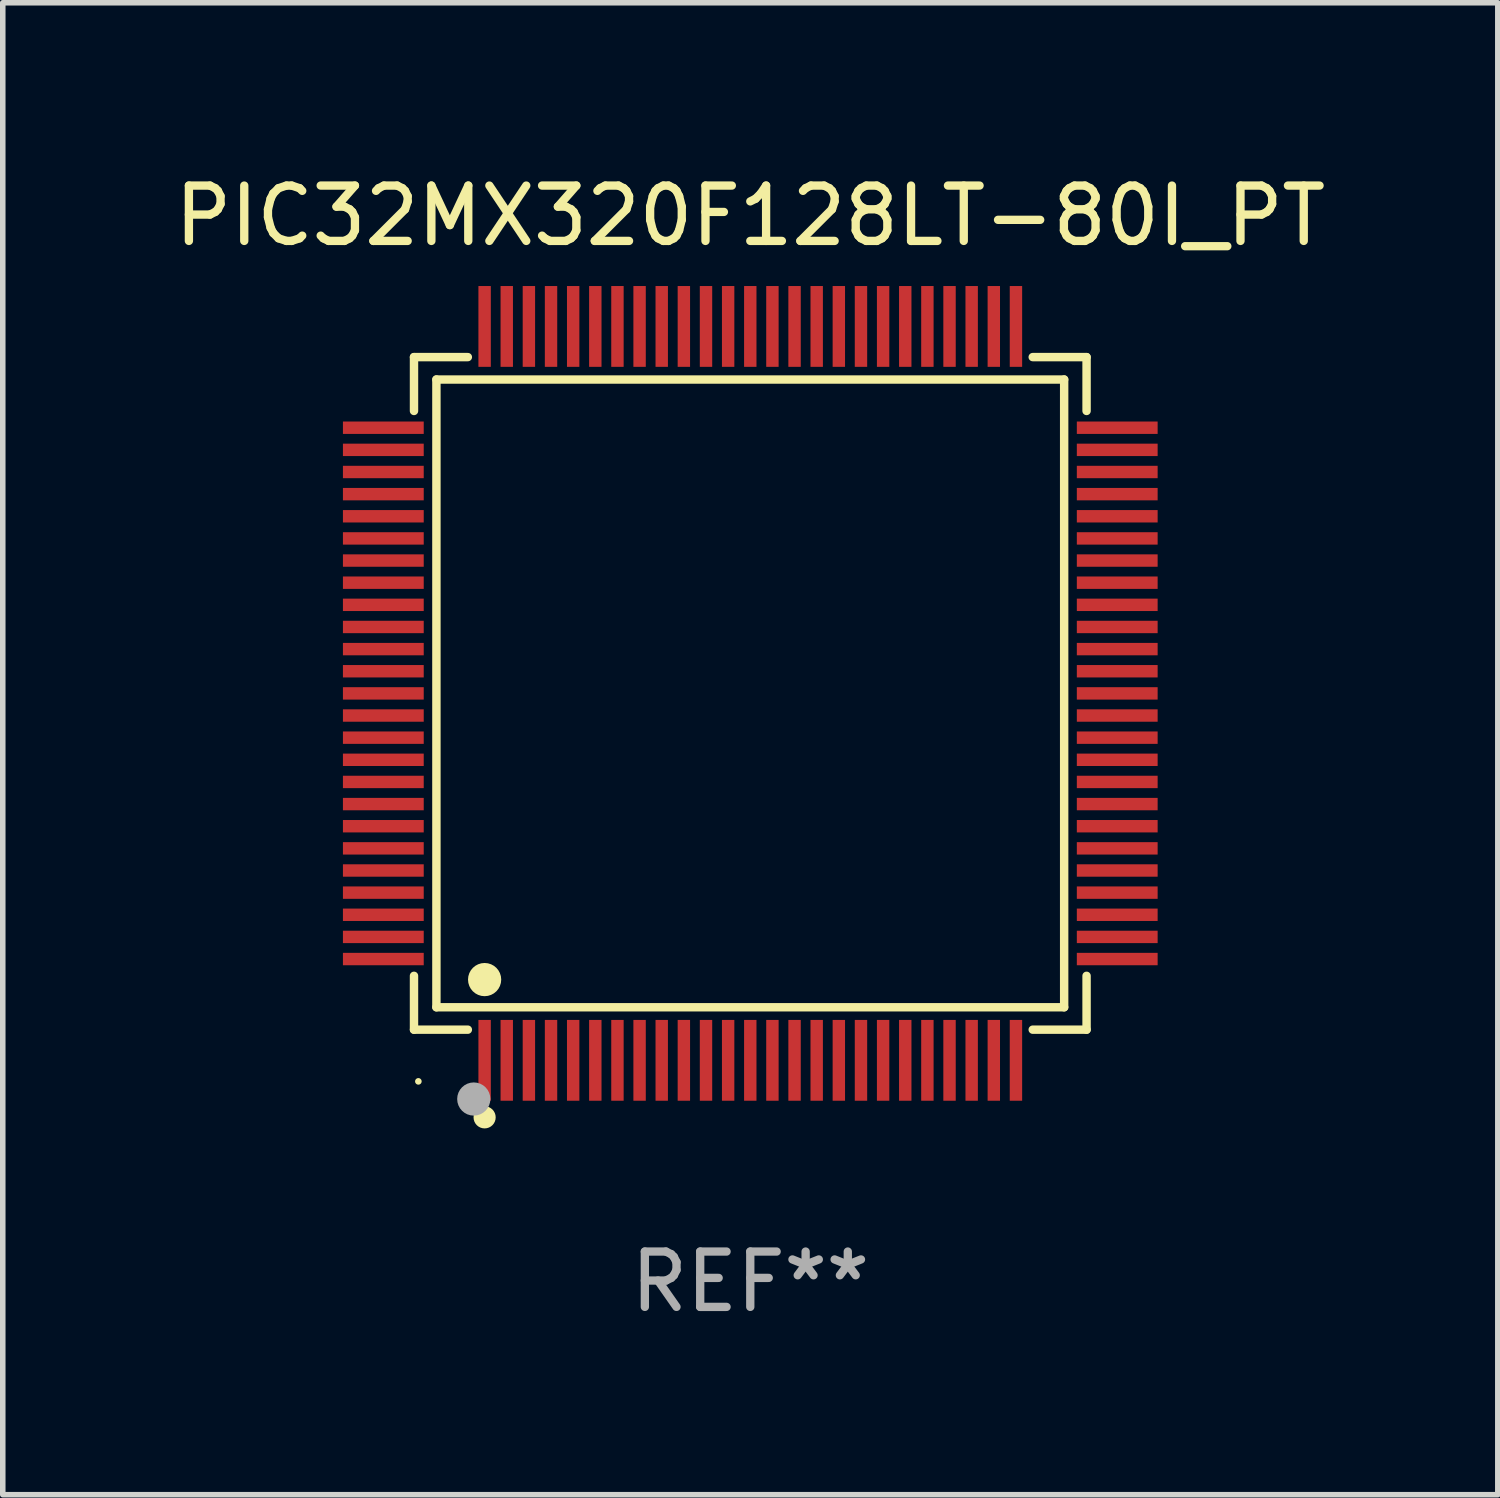
<source format=kicad_pcb>
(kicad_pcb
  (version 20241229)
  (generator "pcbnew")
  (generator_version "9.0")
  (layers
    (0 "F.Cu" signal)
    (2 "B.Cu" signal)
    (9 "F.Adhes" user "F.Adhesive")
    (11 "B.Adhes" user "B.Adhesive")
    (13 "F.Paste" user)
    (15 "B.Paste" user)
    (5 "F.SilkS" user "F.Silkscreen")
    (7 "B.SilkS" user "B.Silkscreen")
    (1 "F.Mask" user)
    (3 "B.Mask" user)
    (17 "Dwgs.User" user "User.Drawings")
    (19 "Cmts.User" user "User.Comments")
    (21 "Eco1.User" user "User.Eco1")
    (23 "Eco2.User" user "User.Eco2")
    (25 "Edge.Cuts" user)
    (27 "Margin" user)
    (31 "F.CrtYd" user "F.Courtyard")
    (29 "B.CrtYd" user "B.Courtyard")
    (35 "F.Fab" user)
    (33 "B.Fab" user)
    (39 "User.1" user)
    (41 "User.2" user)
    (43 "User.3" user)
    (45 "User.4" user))
  (footprint "PIC32MX320F128LT-80I_PT"
    (layer "F.Cu")
    (at 10.506 9.478)
    (property "Reference" "PIC32MX320F128LT-80I_PT" (at 0 -8.63 0) (layer "F.SilkS") (effects (font (size 1 1) (thickness 0.15))))
    (attr through_hole)
    (fp_line (start -6.076 -6.076) (end -5.103 -6.076) (stroke (width 0.152) (type solid)) (layer "F.SilkS"))
    (fp_line (start -6.076 -5.103) (end -6.076 -6.076) (stroke (width 0.152) (type solid)) (layer "F.SilkS"))
    (fp_line (start -6.076 5.103) (end -6.076 6.076) (stroke (width 0.152) (type solid)) (layer "F.SilkS"))
    (fp_line (start -6.076 6.076) (end -5.103 6.076) (stroke (width 0.152) (type solid)) (layer "F.SilkS"))
    (fp_line (start -5.671 -5.671) (end 5.671 -5.671) (stroke (width 0.152) (type solid)) (layer "F.SilkS"))
    (fp_line (start -5.671 5.671) (end -5.671 -5.671) (stroke (width 0.152) (type solid)) (layer "F.SilkS"))
    (fp_line (start 5.671 -5.671) (end 5.671 5.671) (stroke (width 0.152) (type solid)) (layer "F.SilkS"))
    (fp_line (start 5.671 5.671) (end -5.671 5.671) (stroke (width 0.152) (type solid)) (layer "F.SilkS"))
    (fp_line (start 6.076 -6.076) (end 5.103 -6.076) (stroke (width 0.152) (type solid)) (layer "F.SilkS"))
    (fp_line (start 6.076 -5.103) (end 6.076 -6.076) (stroke (width 0.152) (type solid)) (layer "F.SilkS"))
    (fp_line (start 6.076 5.103) (end 6.076 6.076) (stroke (width 0.152) (type solid)) (layer "F.SilkS"))
    (fp_line (start 6.076 6.076) (end 5.103 6.076) (stroke (width 0.152) (type solid)) (layer "F.SilkS"))
    (fp_circle (center -5.997 7.01) (end -5.967 7.01) (stroke (width 0.06) (type solid)) (fill no) (layer "F.SilkS"))
    (fp_circle (center -4.8 5.171) (end -4.65 5.171) (stroke (width 0.3) (type solid)) (fill no) (layer "F.SilkS"))
    (fp_circle (center -4.8 7.66) (end -4.7 7.66) (stroke (width 0.2) (type solid)) (fill no) (layer "F.SilkS"))
    (fp_circle (center -4.996 7.329) (end -4.846 7.329) (stroke (width 0.3) (type solid)) (fill no) (layer "F.Fab"))
    (fp_text user "REF**" (at 0 10.63 0) (layer "F.Fab") (effects (font (size 1 1) (thickness 0.15))))
    (pad "1" smd rect (at -4.8 6.63) (size 0.224 1.46) (layers "F.Cu" "F.Mask" "F.Paste"))
    (pad "2" smd rect (at -4.4 6.63) (size 0.224 1.46) (layers "F.Cu" "F.Mask" "F.Paste"))
    (pad "3" smd rect (at -4 6.63) (size 0.224 1.46) (layers "F.Cu" "F.Mask" "F.Paste"))
    (pad "4" smd rect (at -3.6 6.63) (size 0.224 1.46) (layers "F.Cu" "F.Mask" "F.Paste"))
    (pad "5" smd rect (at -3.2 6.63) (size 0.224 1.46) (layers "F.Cu" "F.Mask" "F.Paste"))
    (pad "6" smd rect (at -2.8 6.63) (size 0.224 1.46) (layers "F.Cu" "F.Mask" "F.Paste"))
    (pad "7" smd rect (at -2.4 6.63) (size 0.224 1.46) (layers "F.Cu" "F.Mask" "F.Paste"))
    (pad "8" smd rect (at -2 6.63) (size 0.224 1.46) (layers "F.Cu" "F.Mask" "F.Paste"))
    (pad "9" smd rect (at -1.6 6.63) (size 0.224 1.46) (layers "F.Cu" "F.Mask" "F.Paste"))
    (pad "10" smd rect (at -1.2 6.63) (size 0.224 1.46) (layers "F.Cu" "F.Mask" "F.Paste"))
    (pad "11" smd rect (at -0.8 6.63) (size 0.224 1.46) (layers "F.Cu" "F.Mask" "F.Paste"))
    (pad "12" smd rect (at -0.4 6.63) (size 0.224 1.46) (layers "F.Cu" "F.Mask" "F.Paste"))
    (pad "13" smd rect (at 0 6.63) (size 0.224 1.46) (layers "F.Cu" "F.Mask" "F.Paste"))
    (pad "14" smd rect (at 0.4 6.63) (size 0.224 1.46) (layers "F.Cu" "F.Mask" "F.Paste"))
    (pad "15" smd rect (at 0.8 6.63) (size 0.224 1.46) (layers "F.Cu" "F.Mask" "F.Paste"))
    (pad "16" smd rect (at 1.2 6.63) (size 0.224 1.46) (layers "F.Cu" "F.Mask" "F.Paste"))
    (pad "17" smd rect (at 1.6 6.63) (size 0.224 1.46) (layers "F.Cu" "F.Mask" "F.Paste"))
    (pad "18" smd rect (at 2 6.63) (size 0.224 1.46) (layers "F.Cu" "F.Mask" "F.Paste"))
    (pad "19" smd rect (at 2.4 6.63) (size 0.224 1.46) (layers "F.Cu" "F.Mask" "F.Paste"))
    (pad "20" smd rect (at 2.8 6.63) (size 0.224 1.46) (layers "F.Cu" "F.Mask" "F.Paste"))
    (pad "21" smd rect (at 3.2 6.63) (size 0.224 1.46) (layers "F.Cu" "F.Mask" "F.Paste"))
    (pad "22" smd rect (at 3.6 6.63) (size 0.224 1.46) (layers "F.Cu" "F.Mask" "F.Paste"))
    (pad "23" smd rect (at 4 6.63) (size 0.224 1.46) (layers "F.Cu" "F.Mask" "F.Paste"))
    (pad "24" smd rect (at 4.4 6.63) (size 0.224 1.46) (layers "F.Cu" "F.Mask" "F.Paste"))
    (pad "25" smd rect (at 4.8 6.63) (size 0.224 1.46) (layers "F.Cu" "F.Mask" "F.Paste"))
    (pad "26" smd rect (at 6.63 4.8) (size 1.46 0.224) (layers "F.Cu" "F.Mask" "F.Paste"))
    (pad "27" smd rect (at 6.63 4.4) (size 1.46 0.224) (layers "F.Cu" "F.Mask" "F.Paste"))
    (pad "28" smd rect (at 6.63 4) (size 1.46 0.224) (layers "F.Cu" "F.Mask" "F.Paste"))
    (pad "29" smd rect (at 6.63 3.6) (size 1.46 0.224) (layers "F.Cu" "F.Mask" "F.Paste"))
    (pad "30" smd rect (at 6.63 3.2) (size 1.46 0.224) (layers "F.Cu" "F.Mask" "F.Paste"))
    (pad "31" smd rect (at 6.63 2.8) (size 1.46 0.224) (layers "F.Cu" "F.Mask" "F.Paste"))
    (pad "32" smd rect (at 6.63 2.4) (size 1.46 0.224) (layers "F.Cu" "F.Mask" "F.Paste"))
    (pad "33" smd rect (at 6.63 2) (size 1.46 0.224) (layers "F.Cu" "F.Mask" "F.Paste"))
    (pad "34" smd rect (at 6.63 1.6) (size 1.46 0.224) (layers "F.Cu" "F.Mask" "F.Paste"))
    (pad "35" smd rect (at 6.63 1.2) (size 1.46 0.224) (layers "F.Cu" "F.Mask" "F.Paste"))
    (pad "36" smd rect (at 6.63 0.8) (size 1.46 0.224) (layers "F.Cu" "F.Mask" "F.Paste"))
    (pad "37" smd rect (at 6.63 0.4) (size 1.46 0.224) (layers "F.Cu" "F.Mask" "F.Paste"))
    (pad "38" smd rect (at 6.63 0) (size 1.46 0.224) (layers "F.Cu" "F.Mask" "F.Paste"))
    (pad "39" smd rect (at 6.63 -0.4) (size 1.46 0.224) (layers "F.Cu" "F.Mask" "F.Paste"))
    (pad "40" smd rect (at 6.63 -0.8) (size 1.46 0.224) (layers "F.Cu" "F.Mask" "F.Paste"))
    (pad "41" smd rect (at 6.63 -1.2) (size 1.46 0.224) (layers "F.Cu" "F.Mask" "F.Paste"))
    (pad "42" smd rect (at 6.63 -1.6) (size 1.46 0.224) (layers "F.Cu" "F.Mask" "F.Paste"))
    (pad "43" smd rect (at 6.63 -2) (size 1.46 0.224) (layers "F.Cu" "F.Mask" "F.Paste"))
    (pad "44" smd rect (at 6.63 -2.4) (size 1.46 0.224) (layers "F.Cu" "F.Mask" "F.Paste"))
    (pad "45" smd rect (at 6.63 -2.8) (size 1.46 0.224) (layers "F.Cu" "F.Mask" "F.Paste"))
    (pad "46" smd rect (at 6.63 -3.2) (size 1.46 0.224) (layers "F.Cu" "F.Mask" "F.Paste"))
    (pad "47" smd rect (at 6.63 -3.6) (size 1.46 0.224) (layers "F.Cu" "F.Mask" "F.Paste"))
    (pad "48" smd rect (at 6.63 -4) (size 1.46 0.224) (layers "F.Cu" "F.Mask" "F.Paste"))
    (pad "49" smd rect (at 6.63 -4.4) (size 1.46 0.224) (layers "F.Cu" "F.Mask" "F.Paste"))
    (pad "50" smd rect (at 6.63 -4.8) (size 1.46 0.224) (layers "F.Cu" "F.Mask" "F.Paste"))
    (pad "51" smd rect (at 4.8 -6.63) (size 0.224 1.46) (layers "F.Cu" "F.Mask" "F.Paste"))
    (pad "52" smd rect (at 4.4 -6.63) (size 0.224 1.46) (layers "F.Cu" "F.Mask" "F.Paste"))
    (pad "53" smd rect (at 4 -6.63) (size 0.224 1.46) (layers "F.Cu" "F.Mask" "F.Paste"))
    (pad "54" smd rect (at 3.6 -6.63) (size 0.224 1.46) (layers "F.Cu" "F.Mask" "F.Paste"))
    (pad "55" smd rect (at 3.2 -6.63) (size 0.224 1.46) (layers "F.Cu" "F.Mask" "F.Paste"))
    (pad "56" smd rect (at 2.8 -6.63) (size 0.224 1.46) (layers "F.Cu" "F.Mask" "F.Paste"))
    (pad "57" smd rect (at 2.4 -6.63) (size 0.224 1.46) (layers "F.Cu" "F.Mask" "F.Paste"))
    (pad "58" smd rect (at 2 -6.63) (size 0.224 1.46) (layers "F.Cu" "F.Mask" "F.Paste"))
    (pad "59" smd rect (at 1.6 -6.63) (size 0.224 1.46) (layers "F.Cu" "F.Mask" "F.Paste"))
    (pad "60" smd rect (at 1.2 -6.63) (size 0.224 1.46) (layers "F.Cu" "F.Mask" "F.Paste"))
    (pad "61" smd rect (at 0.8 -6.63) (size 0.224 1.46) (layers "F.Cu" "F.Mask" "F.Paste"))
    (pad "62" smd rect (at 0.4 -6.63) (size 0.224 1.46) (layers "F.Cu" "F.Mask" "F.Paste"))
    (pad "63" smd rect (at 0 -6.63) (size 0.224 1.46) (layers "F.Cu" "F.Mask" "F.Paste"))
    (pad "64" smd rect (at -0.4 -6.63) (size 0.224 1.46) (layers "F.Cu" "F.Mask" "F.Paste"))
    (pad "65" smd rect (at -0.8 -6.63) (size 0.224 1.46) (layers "F.Cu" "F.Mask" "F.Paste"))
    (pad "66" smd rect (at -1.2 -6.63) (size 0.224 1.46) (layers "F.Cu" "F.Mask" "F.Paste"))
    (pad "67" smd rect (at -1.6 -6.63) (size 0.224 1.46) (layers "F.Cu" "F.Mask" "F.Paste"))
    (pad "68" smd rect (at -2 -6.63) (size 0.224 1.46) (layers "F.Cu" "F.Mask" "F.Paste"))
    (pad "69" smd rect (at -2.4 -6.63) (size 0.224 1.46) (layers "F.Cu" "F.Mask" "F.Paste"))
    (pad "70" smd rect (at -2.8 -6.63) (size 0.224 1.46) (layers "F.Cu" "F.Mask" "F.Paste"))
    (pad "71" smd rect (at -3.2 -6.63) (size 0.224 1.46) (layers "F.Cu" "F.Mask" "F.Paste"))
    (pad "72" smd rect (at -3.6 -6.63) (size 0.224 1.46) (layers "F.Cu" "F.Mask" "F.Paste"))
    (pad "73" smd rect (at -4 -6.63) (size 0.224 1.46) (layers "F.Cu" "F.Mask" "F.Paste"))
    (pad "74" smd rect (at -4.4 -6.63) (size 0.224 1.46) (layers "F.Cu" "F.Mask" "F.Paste"))
    (pad "75" smd rect (at -4.8 -6.63) (size 0.224 1.46) (layers "F.Cu" "F.Mask" "F.Paste"))
    (pad "76" smd rect (at -6.63 -4.8) (size 1.46 0.224) (layers "F.Cu" "F.Mask" "F.Paste"))
    (pad "77" smd rect (at -6.63 -4.4) (size 1.46 0.224) (layers "F.Cu" "F.Mask" "F.Paste"))
    (pad "78" smd rect (at -6.63 -4) (size 1.46 0.224) (layers "F.Cu" "F.Mask" "F.Paste"))
    (pad "79" smd rect (at -6.63 -3.6) (size 1.46 0.224) (layers "F.Cu" "F.Mask" "F.Paste"))
    (pad "80" smd rect (at -6.63 -3.2) (size 1.46 0.224) (layers "F.Cu" "F.Mask" "F.Paste"))
    (pad "81" smd rect (at -6.63 -2.8) (size 1.46 0.224) (layers "F.Cu" "F.Mask" "F.Paste"))
    (pad "82" smd rect (at -6.63 -2.4) (size 1.46 0.224) (layers "F.Cu" "F.Mask" "F.Paste"))
    (pad "83" smd rect (at -6.63 -2) (size 1.46 0.224) (layers "F.Cu" "F.Mask" "F.Paste"))
    (pad "84" smd rect (at -6.63 -1.6) (size 1.46 0.224) (layers "F.Cu" "F.Mask" "F.Paste"))
    (pad "85" smd rect (at -6.63 -1.2) (size 1.46 0.224) (layers "F.Cu" "F.Mask" "F.Paste"))
    (pad "86" smd rect (at -6.63 -0.8) (size 1.46 0.224) (layers "F.Cu" "F.Mask" "F.Paste"))
    (pad "87" smd rect (at -6.63 -0.4) (size 1.46 0.224) (layers "F.Cu" "F.Mask" "F.Paste"))
    (pad "88" smd rect (at -6.63 0) (size 1.46 0.224) (layers "F.Cu" "F.Mask" "F.Paste"))
    (pad "89" smd rect (at -6.63 0.4) (size 1.46 0.224) (layers "F.Cu" "F.Mask" "F.Paste"))
    (pad "90" smd rect (at -6.63 0.8) (size 1.46 0.224) (layers "F.Cu" "F.Mask" "F.Paste"))
    (pad "91" smd rect (at -6.63 1.2) (size 1.46 0.224) (layers "F.Cu" "F.Mask" "F.Paste"))
    (pad "92" smd rect (at -6.63 1.6) (size 1.46 0.224) (layers "F.Cu" "F.Mask" "F.Paste"))
    (pad "93" smd rect (at -6.63 2) (size 1.46 0.224) (layers "F.Cu" "F.Mask" "F.Paste"))
    (pad "94" smd rect (at -6.63 2.4) (size 1.46 0.224) (layers "F.Cu" "F.Mask" "F.Paste"))
    (pad "95" smd rect (at -6.63 2.8) (size 1.46 0.224) (layers "F.Cu" "F.Mask" "F.Paste"))
    (pad "96" smd rect (at -6.63 3.2) (size 1.46 0.224) (layers "F.Cu" "F.Mask" "F.Paste"))
    (pad "97" smd rect (at -6.63 3.6) (size 1.46 0.224) (layers "F.Cu" "F.Mask" "F.Paste"))
    (pad "98" smd rect (at -6.63 4) (size 1.46 0.224) (layers "F.Cu" "F.Mask" "F.Paste"))
    (pad "99" smd rect (at -6.63 4.4) (size 1.46 0.224) (layers "F.Cu" "F.Mask" "F.Paste"))
    (pad "100" smd rect (at -6.63 4.8) (size 1.46 0.224) (layers "F.Cu" "F.Mask" "F.Paste")))
  (gr_rect
    (start -3 -3)
    (end 24.012 23.956)
    (stroke (width 0.1) (type default))
    (fill no)
    (layer "Edge.Cuts")))
</source>
